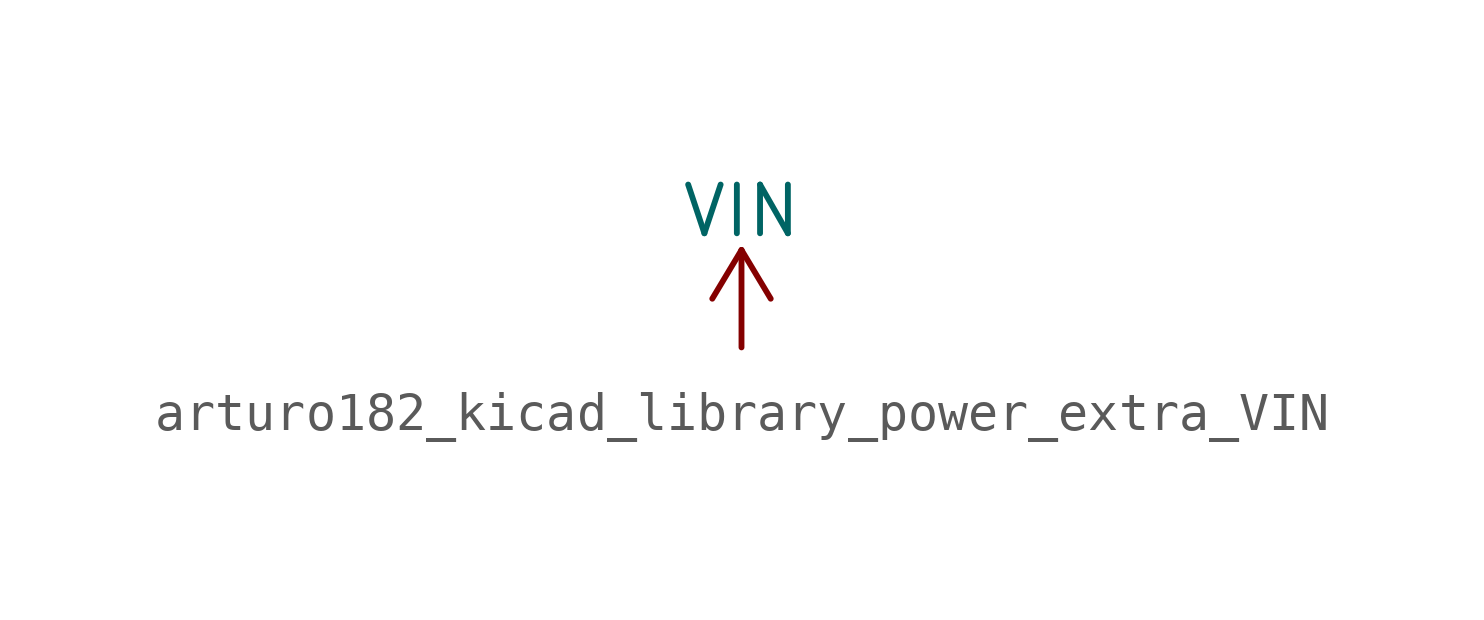
<source format=kicad_sym>
(kicad_symbol_lib
  (version 20220914)
  (generator kicad_symbol_editor)
  (symbol "power_extra:arturo182_kicad_library_power_extra_VIN"
    (power)
    (pin_names
      (offset 0))
    (property "Reference" "#PWR"
      (at 0 -3.81 0)
      (effects (font (size 1.27 1.27)) hide))
    (property "Value" "VIN"
      (at 0 3.556 0)
      (effects (font (size 1.27 1.27))))
    (symbol "arturo182_kicad_library_power_extra_VIN_0_1"
      (polyline (pts (xy -0.762 1.27) (xy 0 2.54)) (stroke (width 0)) (fill (type none)))
      (polyline (pts (xy 0 0) (xy 0 2.54)) (stroke (width 0)) (fill (type none)))
      (polyline (pts (xy 0 2.54) (xy 0.762 1.27)) (stroke (width 0)) (fill (type none))))
    (symbol "arturo182_kicad_library_power_extra_VIN_1_1"
      (pin power_in line (at 0 0 90) (length 0) hide (name "VIN" (effects (font (size 1.27 1.27)))) (number "1" (effects (font (size 1.27 1.27))))))))
</source>
